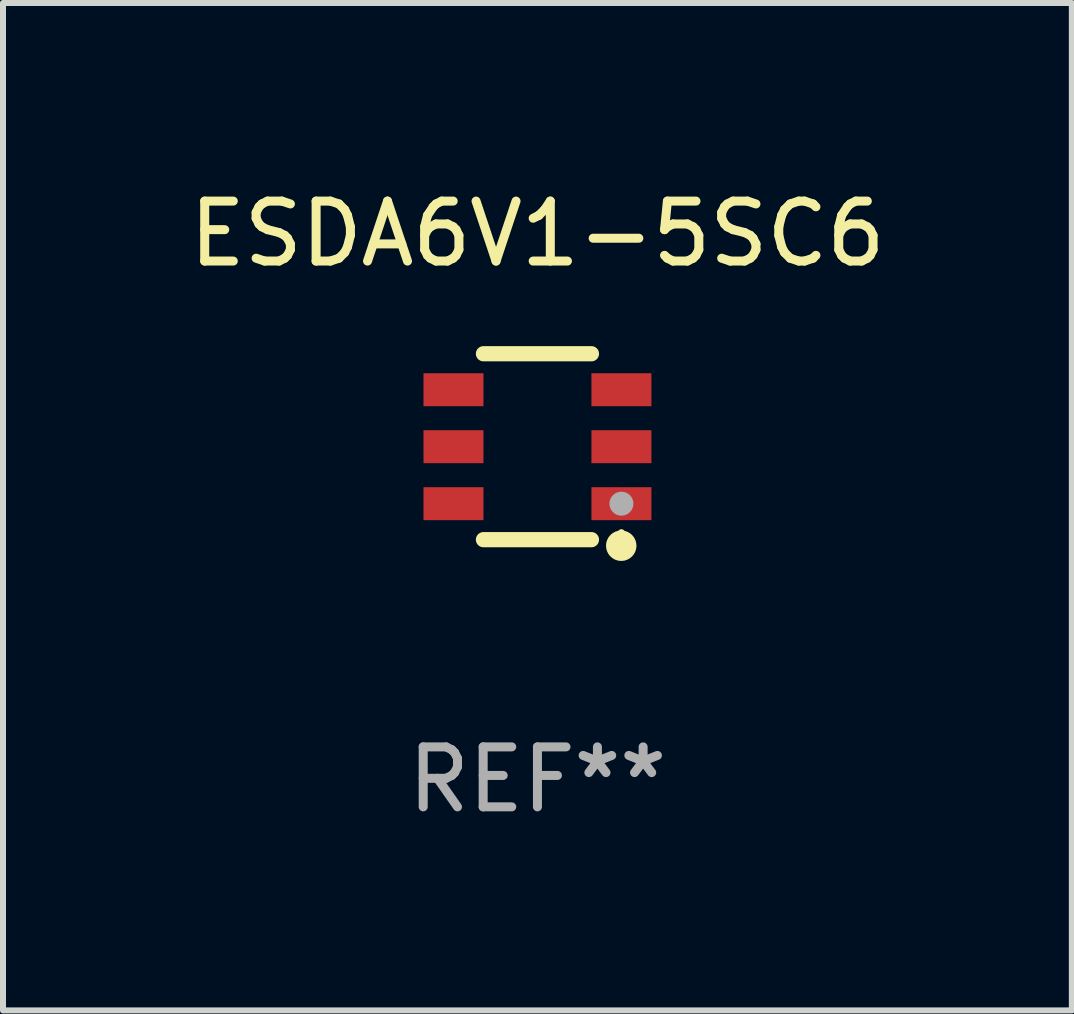
<source format=kicad_pcb>
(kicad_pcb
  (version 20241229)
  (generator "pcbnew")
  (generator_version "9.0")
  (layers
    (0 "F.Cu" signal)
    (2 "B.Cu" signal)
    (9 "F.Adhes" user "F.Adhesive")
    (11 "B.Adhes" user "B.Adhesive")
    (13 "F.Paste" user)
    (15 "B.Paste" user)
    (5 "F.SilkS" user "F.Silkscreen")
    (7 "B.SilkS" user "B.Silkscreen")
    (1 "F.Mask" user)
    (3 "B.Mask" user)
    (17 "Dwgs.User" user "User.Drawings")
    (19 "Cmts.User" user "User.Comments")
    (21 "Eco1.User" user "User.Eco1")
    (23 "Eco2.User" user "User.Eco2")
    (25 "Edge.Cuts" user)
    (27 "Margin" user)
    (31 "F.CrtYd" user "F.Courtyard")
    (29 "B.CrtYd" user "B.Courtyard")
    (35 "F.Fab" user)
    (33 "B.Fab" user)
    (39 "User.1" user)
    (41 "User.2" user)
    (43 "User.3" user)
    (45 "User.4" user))
  (footprint "ESDA6V1-5SC6"
    (layer "F.Cu")
    (at 5.911 4.398)
    (property "Reference" "ESDA6V1-5SC6" (at 0 -3.55 0) (layer "F.SilkS") (effects (font (size 1 1) (thickness 0.15))))
    (attr through_hole)
    (fp_line (start -0.9 -1.55) (end 0.9 -1.55) (stroke (width 0.254) (type solid)) (layer "F.SilkS"))
    (fp_line (start -0.9 1.55) (end 0.9 1.55) (stroke (width 0.254) (type solid)) (layer "F.SilkS"))
    (fp_circle (center 1.397 1.651) (end 1.524 1.651) (stroke (width 0.254) (type solid)) (fill no) (layer "F.SilkS"))
    (fp_circle (center 1.4 1.435) (end 1.43 1.435) (stroke (width 0.06) (type solid)) (fill no) (layer "F.SilkS"))
    (fp_circle (center 1.4 0.95) (end 1.5 0.95) (stroke (width 0.2) (type solid)) (fill no) (layer "F.Fab"))
    (fp_text user "REF**" (at 0 5.55 0) (layer "F.Fab") (effects (font (size 1 1) (thickness 0.15))))
    (pad "1" smd rect (at 1.4 0.95) (size 1 0.55) (layers "F.Cu" "F.Mask" "F.Paste"))
    (pad "2" smd rect (at 1.4 -0.000102) (size 1 0.55) (layers "F.Cu" "F.Mask" "F.Paste"))
    (pad "3" smd rect (at 1.4 -0.95) (size 1 0.55) (layers "F.Cu" "F.Mask" "F.Paste"))
    (pad "4" smd rect (at -1.4 -0.95) (size 1 0.55) (layers "F.Cu" "F.Mask" "F.Paste"))
    (pad "5" smd rect (at -1.4 -0.000102) (size 1 0.55) (layers "F.Cu" "F.Mask" "F.Paste"))
    (pad "6" smd rect (at -1.4 0.95) (size 1 0.55) (layers "F.Cu" "F.Mask" "F.Paste")))
  (gr_rect
    (start -3 -3)
    (end 14.821 13.797)
    (stroke (width 0.1) (type default))
    (fill no)
    (layer "Edge.Cuts")))
</source>
